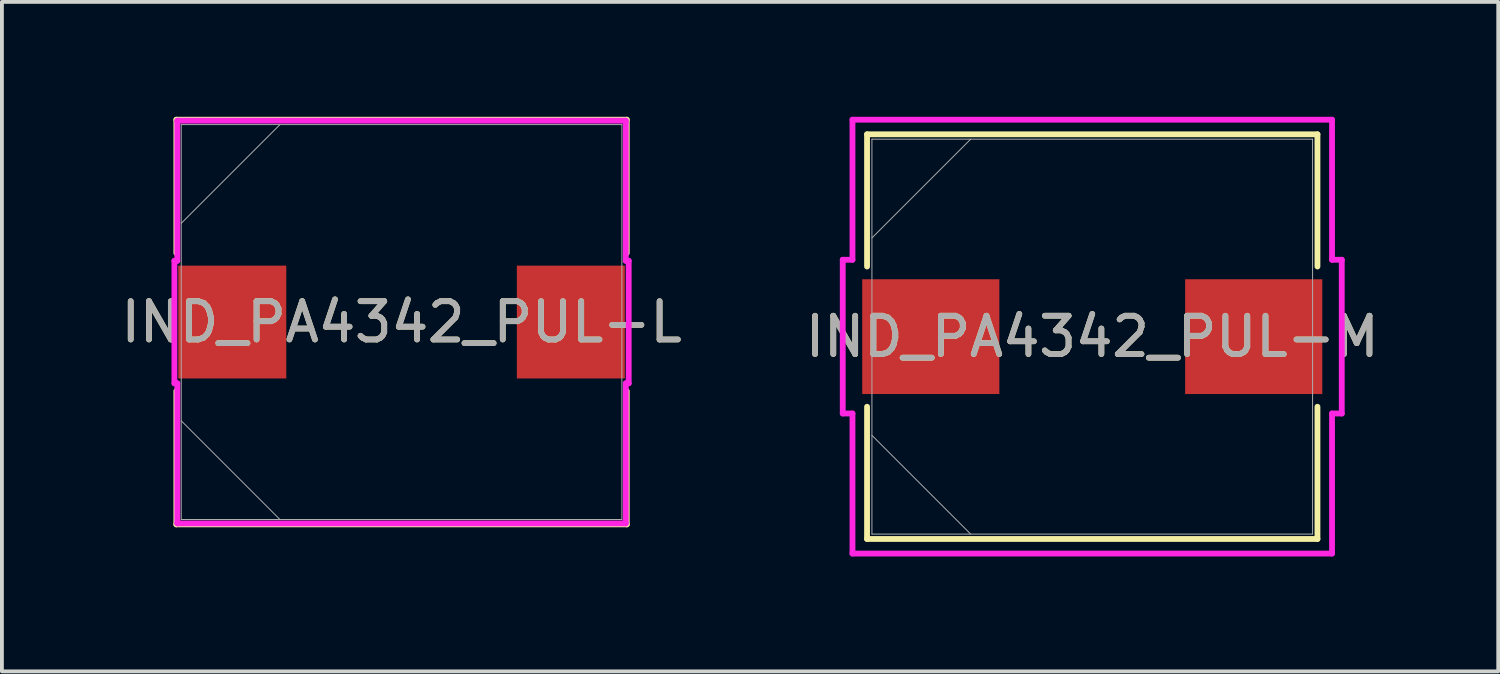
<source format=kicad_pcb>
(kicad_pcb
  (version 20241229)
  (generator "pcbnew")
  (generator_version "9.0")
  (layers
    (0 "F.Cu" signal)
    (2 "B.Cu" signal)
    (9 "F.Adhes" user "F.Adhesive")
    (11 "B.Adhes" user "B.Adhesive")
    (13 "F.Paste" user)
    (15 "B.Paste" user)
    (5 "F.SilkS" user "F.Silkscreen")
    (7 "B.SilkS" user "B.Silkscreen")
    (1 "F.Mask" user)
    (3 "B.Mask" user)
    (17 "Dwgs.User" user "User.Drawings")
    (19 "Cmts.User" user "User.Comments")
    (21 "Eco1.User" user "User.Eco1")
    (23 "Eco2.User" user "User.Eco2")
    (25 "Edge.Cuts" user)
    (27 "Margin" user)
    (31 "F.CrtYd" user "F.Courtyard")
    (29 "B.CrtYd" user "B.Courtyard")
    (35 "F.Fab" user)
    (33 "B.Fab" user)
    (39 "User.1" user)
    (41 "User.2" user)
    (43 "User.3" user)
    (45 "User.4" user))
  (footprint "IND_PA4342_PUL-L"
    (layer "F.Cu")
    (at 7.435 5.359)
    (property "Reference" "IND_PA4342_PUL-L" (at 0 0 0) (unlocked yes) (layer "F.SilkS") (effects (font (size 1 1) (thickness 0.15))))
    (attr smd)
    (fp_line (start -5.88 -5.283) (end -5.88 -1.802) (stroke (width 0.152) (type solid)) (layer "F.SilkS"))
    (fp_line (start -5.88 1.802) (end -5.88 5.283) (stroke (width 0.152) (type solid)) (layer "F.SilkS"))
    (fp_line (start -5.88 5.283) (end 5.88 5.283) (stroke (width 0.152) (type solid)) (layer "F.SilkS"))
    (fp_line (start 5.88 -5.283) (end -5.88 -5.283) (stroke (width 0.152) (type solid)) (layer "F.SilkS"))
    (fp_line (start 5.88 -1.802) (end 5.88 -5.283) (stroke (width 0.152) (type solid)) (layer "F.SilkS"))
    (fp_line (start 5.88 5.283) (end 5.88 1.802) (stroke (width 0.152) (type solid)) (layer "F.SilkS"))
    (fp_line (start -5.931 -1.6) (end -5.855 -1.6) (stroke (width 0.152) (type solid)) (layer "F.CrtYd"))
    (fp_line (start -5.931 1.6) (end -5.931 -1.6) (stroke (width 0.152) (type solid)) (layer "F.CrtYd"))
    (fp_line (start -5.855 -5.258) (end 5.855 -5.258) (stroke (width 0.152) (type solid)) (layer "F.CrtYd"))
    (fp_line (start -5.855 -1.6) (end -5.855 -5.258) (stroke (width 0.152) (type solid)) (layer "F.CrtYd"))
    (fp_line (start -5.855 1.6) (end -5.931 1.6) (stroke (width 0.152) (type solid)) (layer "F.CrtYd"))
    (fp_line (start -5.855 1.6) (end -5.855 5.258) (stroke (width 0.152) (type solid)) (layer "F.CrtYd"))
    (fp_line (start -5.855 5.258) (end 5.855 5.258) (stroke (width 0.152) (type solid)) (layer "F.CrtYd"))
    (fp_line (start 5.855 -5.258) (end 5.855 -1.6) (stroke (width 0.152) (type solid)) (layer "F.CrtYd"))
    (fp_line (start 5.855 -1.6) (end 5.931 -1.6) (stroke (width 0.152) (type solid)) (layer "F.CrtYd"))
    (fp_line (start 5.855 1.6) (end 5.931 1.6) (stroke (width 0.152) (type solid)) (layer "F.CrtYd"))
    (fp_line (start 5.855 5.258) (end 5.855 1.6) (stroke (width 0.152) (type solid)) (layer "F.CrtYd"))
    (fp_line (start 5.931 -1.6) (end 5.931 1.6) (stroke (width 0.152) (type solid)) (layer "F.CrtYd"))
    (fp_line (start -5.753 -5.156) (end -5.753 5.156) (stroke (width 0.025) (type solid)) (layer "F.Fab"))
    (fp_line (start -5.753 -2.578) (end -3.175 -5.156) (stroke (width 0.025) (type solid)) (layer "F.Fab"))
    (fp_line (start -5.753 2.578) (end -3.175 5.156) (stroke (width 0.025) (type solid)) (layer "F.Fab"))
    (fp_line (start -5.753 5.156) (end 5.753 5.156) (stroke (width 0.025) (type solid)) (layer "F.Fab"))
    (fp_line (start 5.753 -5.156) (end -5.753 -5.156) (stroke (width 0.025) (type solid)) (layer "F.Fab"))
    (fp_line (start 5.753 5.156) (end 5.753 -5.156) (stroke (width 0.025) (type solid)) (layer "F.Fab"))
    (fp_text user "${REFERENCE}" (at 0 0 0) (unlocked yes) (layer "F.Fab") (effects (font (size 1 1) (thickness 0.15))))
    (pad "1" smd rect (at -4.42 0 90) (size 2.946 2.819) (layers "F.Cu" "F.Mask" "F.Paste"))
    (pad "2" smd rect (at 4.42 0 90) (size 2.946 2.819) (layers "F.Cu" "F.Mask" "F.Paste")))
  (footprint "IND_PA4342_PUL-M"
    (layer "F.Cu")
    (at 25.47 5.74)
    (property "Reference" "IND_PA4342_PUL-M" (at 0 0 0) (unlocked yes) (layer "F.SilkS") (effects (font (size 1 1) (thickness 0.15))))
    (attr smd)
    (fp_line (start -5.88 -5.283) (end -5.88 -1.831) (stroke (width 0.152) (type solid)) (layer "F.SilkS"))
    (fp_line (start -5.88 1.831) (end -5.88 5.283) (stroke (width 0.152) (type solid)) (layer "F.SilkS"))
    (fp_line (start -5.88 5.283) (end 5.88 5.283) (stroke (width 0.152) (type solid)) (layer "F.SilkS"))
    (fp_line (start 5.88 -5.283) (end -5.88 -5.283) (stroke (width 0.152) (type solid)) (layer "F.SilkS"))
    (fp_line (start 5.88 -1.831) (end 5.88 -5.283) (stroke (width 0.152) (type solid)) (layer "F.SilkS"))
    (fp_line (start 5.88 5.283) (end 5.88 1.831) (stroke (width 0.152) (type solid)) (layer "F.SilkS"))
    (fp_line (start -6.515 -2.007) (end -6.261 -2.007) (stroke (width 0.152) (type solid)) (layer "F.CrtYd"))
    (fp_line (start -6.515 2.007) (end -6.515 -2.007) (stroke (width 0.152) (type solid)) (layer "F.CrtYd"))
    (fp_line (start -6.261 -5.664) (end 6.261 -5.664) (stroke (width 0.152) (type solid)) (layer "F.CrtYd"))
    (fp_line (start -6.261 -2.007) (end -6.261 -5.664) (stroke (width 0.152) (type solid)) (layer "F.CrtYd"))
    (fp_line (start -6.261 2.007) (end -6.515 2.007) (stroke (width 0.152) (type solid)) (layer "F.CrtYd"))
    (fp_line (start -6.261 2.007) (end -6.261 5.664) (stroke (width 0.152) (type solid)) (layer "F.CrtYd"))
    (fp_line (start -6.261 5.664) (end 6.261 5.664) (stroke (width 0.152) (type solid)) (layer "F.CrtYd"))
    (fp_line (start 6.261 -5.664) (end 6.261 -2.007) (stroke (width 0.152) (type solid)) (layer "F.CrtYd"))
    (fp_line (start 6.261 -2.007) (end 6.515 -2.007) (stroke (width 0.152) (type solid)) (layer "F.CrtYd"))
    (fp_line (start 6.261 2.007) (end 6.515 2.007) (stroke (width 0.152) (type solid)) (layer "F.CrtYd"))
    (fp_line (start 6.261 5.664) (end 6.261 2.007) (stroke (width 0.152) (type solid)) (layer "F.CrtYd"))
    (fp_line (start 6.515 -2.007) (end 6.515 2.007) (stroke (width 0.152) (type solid)) (layer "F.CrtYd"))
    (fp_line (start -5.753 -5.156) (end -5.753 5.156) (stroke (width 0.025) (type solid)) (layer "F.Fab"))
    (fp_line (start -5.753 -2.578) (end -3.175 -5.156) (stroke (width 0.025) (type solid)) (layer "F.Fab"))
    (fp_line (start -5.753 2.578) (end -3.175 5.156) (stroke (width 0.025) (type solid)) (layer "F.Fab"))
    (fp_line (start -5.753 5.156) (end 5.753 5.156) (stroke (width 0.025) (type solid)) (layer "F.Fab"))
    (fp_line (start 5.753 -5.156) (end -5.753 -5.156) (stroke (width 0.025) (type solid)) (layer "F.Fab"))
    (fp_line (start 5.753 5.156) (end 5.753 -5.156) (stroke (width 0.025) (type solid)) (layer "F.Fab"))
    (fp_text user "${REFERENCE}" (at 0 0 0) (unlocked yes) (layer "F.Fab") (effects (font (size 1 1) (thickness 0.15))))
    (pad "1" smd rect (at -4.216 0 90) (size 2.997 3.581) (layers "F.Cu" "F.Mask" "F.Paste"))
    (pad "2" smd rect (at 4.216 0 90) (size 2.997 3.581) (layers "F.Cu" "F.Mask" "F.Paste")))
  (gr_rect
    (start -3 -3)
    (end 36.071 14.481)
    (stroke (width 0.1) (type default))
    (fill no)
    (layer "Edge.Cuts")))
</source>
